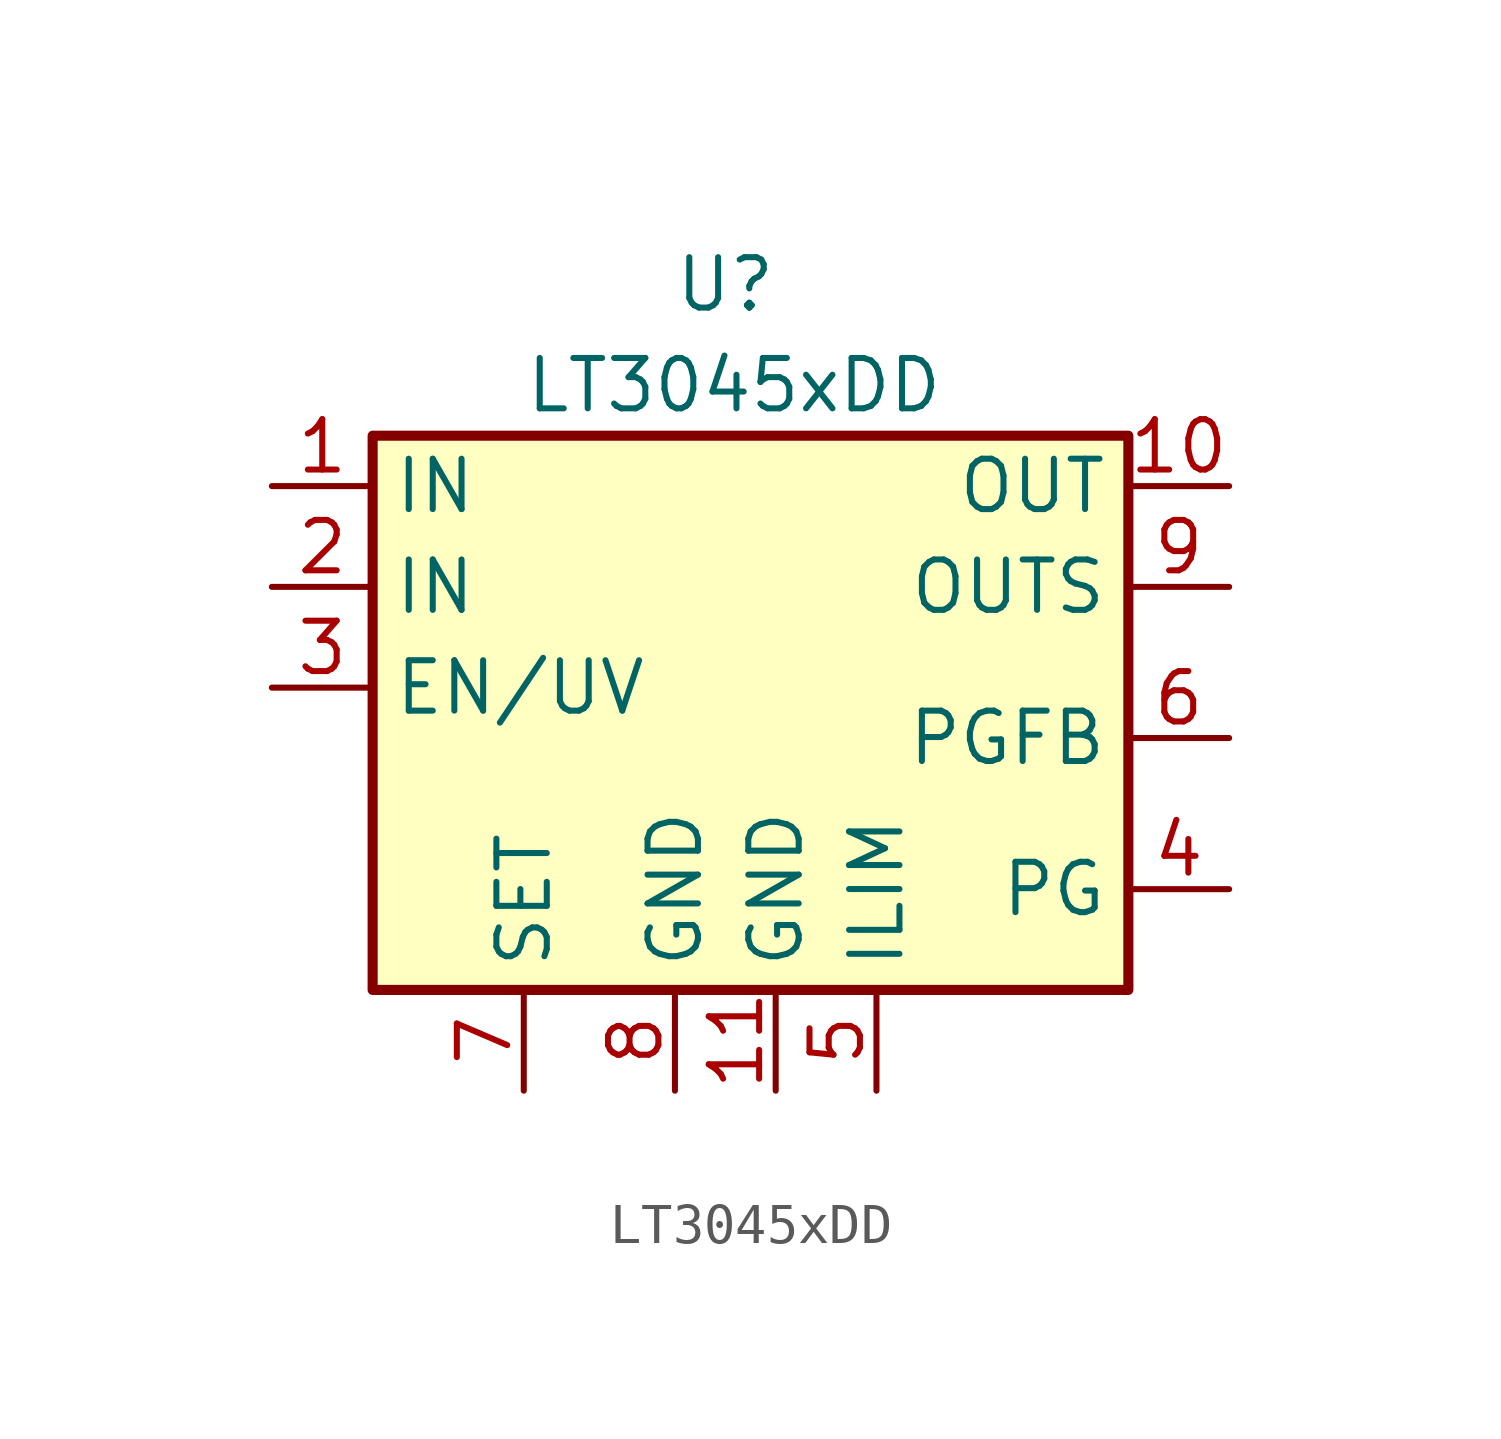
<source format=kicad_sym>
(kicad_symbol_lib
  (version 20231120)
  (generator "kicad_symbol_editor")
  (generator_version "8.0")
  (symbol "LT3045xDD"
    (property "Reference" "U"
      (at 1.27 10.16 0)
      (effects (font (size 1.27 1.27))))
    (property "Value" "LT3045xDD"
      (at -3.81 7.62 0)
      (effects (font (size 1.27 1.27)) (justify left)))
    (symbol "LT3045xDD_0_1"
      (rectangle (start -7.62 6.35) (end 11.43 -7.62) (stroke (width 0.254) (type default)) (fill (type background))))
    (symbol "LT3045xDD_1_1"
      (pin power_in line (at -10.16 5.08 0) (length 2.54) (name "IN" (effects (font (size 1.27 1.27)))) (number "1" (effects (font (size 1.27 1.27)))))
      (pin power_out line (at 13.97 5.08 180) (length 2.54) (name "OUT" (effects (font (size 1.27 1.27)))) (number "10" (effects (font (size 1.27 1.27)))))
      (pin power_in line (at 2.54 -10.16 90) (length 2.54) (name "GND" (effects (font (size 1.27 1.27)))) (number "11" (effects (font (size 1.27 1.27)))))
      (pin power_in line (at -10.16 2.54 0) (length 2.54) (name "IN" (effects (font (size 1.27 1.27)))) (number "2" (effects (font (size 1.27 1.27)))))
      (pin input line (at -10.16 0 0) (length 2.54) (name "EN/UV" (effects (font (size 1.27 1.27)))) (number "3" (effects (font (size 1.27 1.27)))))
      (pin open_collector line (at 13.97 -5.08 180) (length 2.54) (name "PG" (effects (font (size 1.27 1.27)))) (number "4" (effects (font (size 1.27 1.27)))))
      (pin passive line (at 5.08 -10.16 90) (length 2.54) (name "ILIM" (effects (font (size 1.27 1.27)))) (number "5" (effects (font (size 1.27 1.27)))))
      (pin input line (at 13.97 -1.27 180) (length 2.54) (name "PGFB" (effects (font (size 1.27 1.27)))) (number "6" (effects (font (size 1.27 1.27)))))
      (pin passive line (at -3.81 -10.16 90) (length 2.54) (name "SET" (effects (font (size 1.27 1.27)))) (number "7" (effects (font (size 1.27 1.27)))))
      (pin power_in line (at 0 -10.16 90) (length 2.54) (name "GND" (effects (font (size 1.27 1.27)))) (number "8" (effects (font (size 1.27 1.27)))))
      (pin input line (at 13.97 2.54 180) (length 2.54) (name "OUTS" (effects (font (size 1.27 1.27)))) (number "9" (effects (font (size 1.27 1.27))))))))
</source>
